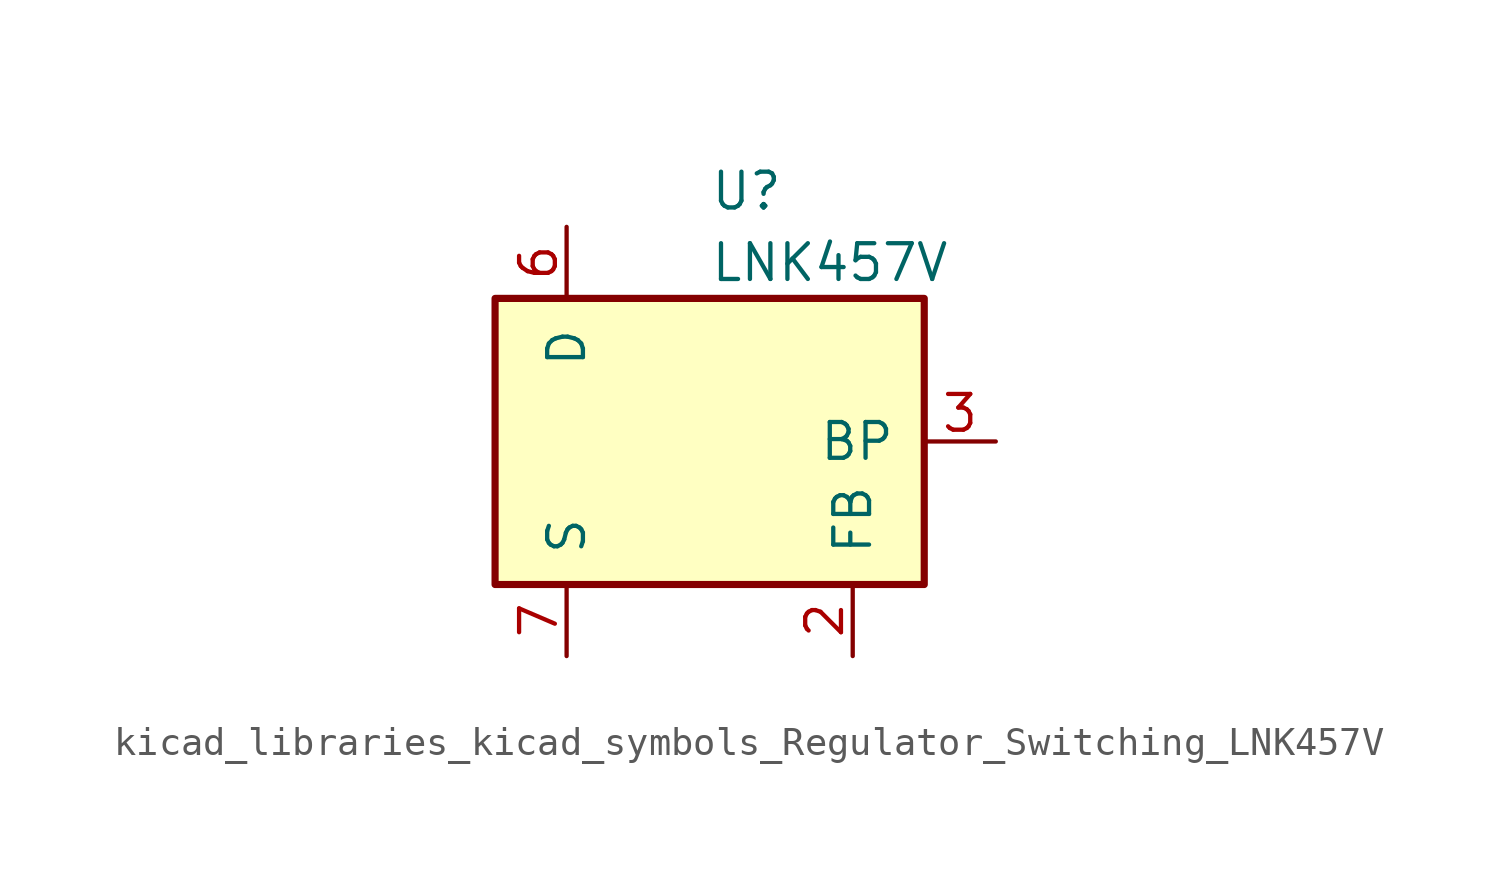
<source format=kicad_sym>
(kicad_symbol_lib
  (version 20220914)
  (generator kicad_symbol_editor)
  (symbol "kicad_libraries_kicad_symbols_Regulator_Switching_LNK457V"
    (pin_names
      (offset 1.016))
    (property "Reference" "U"
      (at 0 8.89 0)
      (effects (font (size 1.27 1.27)) (justify left)))
    (property "Value" "LNK457V"
      (at 0 6.35 0)
      (effects (font (size 1.27 1.27)) (justify left)))
    (symbol "kicad_libraries_kicad_symbols_Regulator_Switching_LNK457V_0_1"
      (rectangle (start -7.62 5.08) (end 7.62 -5.08) (stroke (width 0.254) (type default)) (fill (type background))))
    (symbol "kicad_libraries_kicad_symbols_Regulator_Switching_LNK457V_1_1"
      (pin no_connect line (at -2.54 5.08 270) (length 2.54) hide (name "NC" (effects (font (size 1.27 1.27)))) (number "1" (effects (font (size 1.27 1.27)))))
      (pin passive line (at -5.08 -7.62 90) (length 2.54) hide (name "S" (effects (font (size 1.27 1.27)))) (number "10" (effects (font (size 1.27 1.27)))))
      (pin passive line (at -5.08 -7.62 90) (length 2.54) hide (name "S" (effects (font (size 1.27 1.27)))) (number "11" (effects (font (size 1.27 1.27)))))
      (pin passive line (at -5.08 -7.62 90) (length 2.54) hide (name "S" (effects (font (size 1.27 1.27)))) (number "12" (effects (font (size 1.27 1.27)))))
      (pin input line (at 5.08 -7.62 90) (length 2.54) (name "FB" (effects (font (size 1.27 1.27)))) (number "2" (effects (font (size 1.27 1.27)))))
      (pin input line (at 10.16 0 180) (length 2.54) (name "BP" (effects (font (size 1.27 1.27)))) (number "3" (effects (font (size 1.27 1.27)))))
      (pin no_connect line (at 0 5.08 270) (length 2.54) hide (name "NC" (effects (font (size 1.27 1.27)))) (number "4" (effects (font (size 1.27 1.27)))))
      (pin open_collector line (at -5.08 7.62 270) (length 2.54) (name "D" (effects (font (size 1.27 1.27)))) (number "6" (effects (font (size 1.27 1.27)))))
      (pin power_in line (at -5.08 -7.62 90) (length 2.54) (name "S" (effects (font (size 1.27 1.27)))) (number "7" (effects (font (size 1.27 1.27)))))
      (pin passive line (at -5.08 -7.62 90) (length 2.54) hide (name "S" (effects (font (size 1.27 1.27)))) (number "8" (effects (font (size 1.27 1.27)))))
      (pin passive line (at -5.08 -7.62 90) (length 2.54) hide (name "S" (effects (font (size 1.27 1.27)))) (number "9" (effects (font (size 1.27 1.27))))))))
</source>
